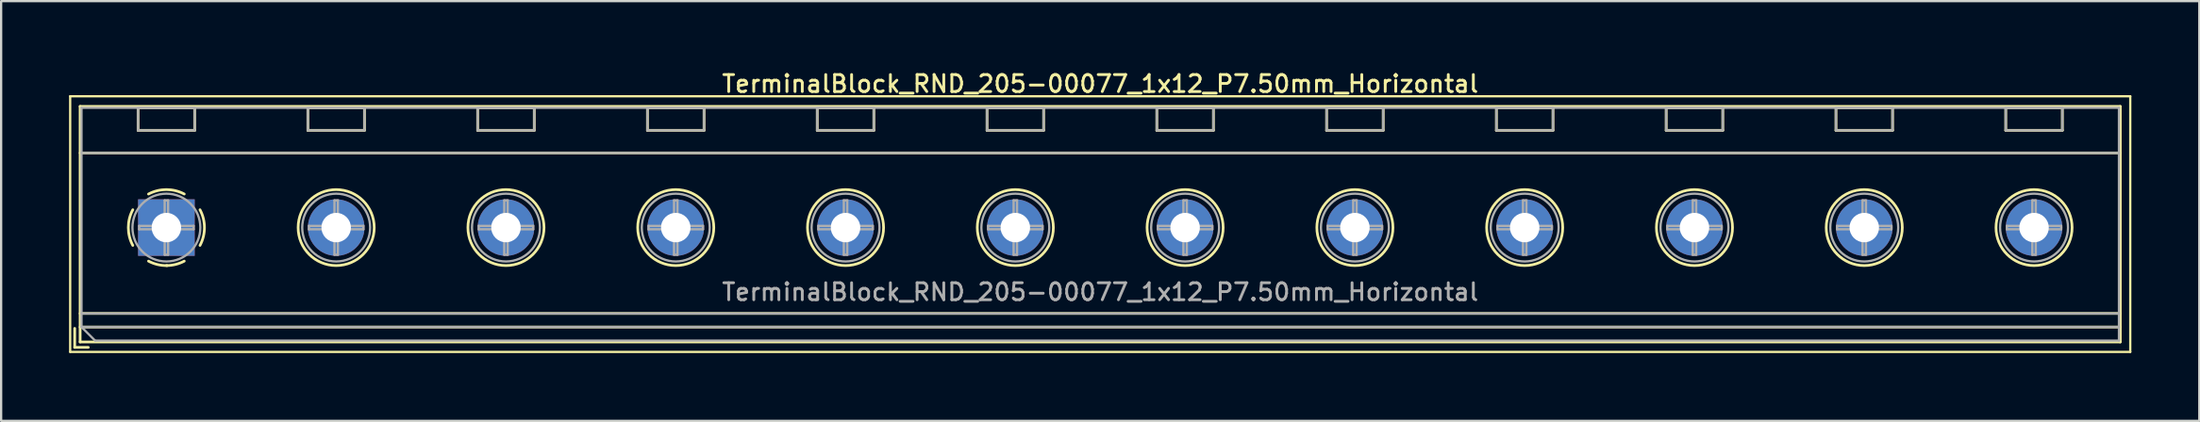
<source format=kicad_pcb>
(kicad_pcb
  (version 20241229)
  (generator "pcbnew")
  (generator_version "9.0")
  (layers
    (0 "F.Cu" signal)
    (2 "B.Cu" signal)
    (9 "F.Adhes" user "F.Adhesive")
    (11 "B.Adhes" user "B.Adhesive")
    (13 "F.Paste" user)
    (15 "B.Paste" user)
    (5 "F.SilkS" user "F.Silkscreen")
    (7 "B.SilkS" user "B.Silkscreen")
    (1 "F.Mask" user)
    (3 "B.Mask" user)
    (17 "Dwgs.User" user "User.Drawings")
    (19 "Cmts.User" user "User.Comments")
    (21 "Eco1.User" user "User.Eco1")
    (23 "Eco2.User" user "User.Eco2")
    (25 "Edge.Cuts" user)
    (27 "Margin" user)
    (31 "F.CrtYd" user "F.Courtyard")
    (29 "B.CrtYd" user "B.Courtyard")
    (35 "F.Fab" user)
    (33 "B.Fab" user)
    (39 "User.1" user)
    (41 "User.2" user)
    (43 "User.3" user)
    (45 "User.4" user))
  (footprint "TerminalBlock_RND_205-00077_1x12_P7.50mm_Horizontal"
    (layer "F.Cu")
    (at 4.3 7.018)
    (property "Reference" "TerminalBlock_RND_205-00077_1x12_P7.50mm_Horizontal" (at 41.25 -6.36 0) (layer "F.SilkS") (effects (font (size 0.75 0.75) (thickness 0.125))))
    (attr through_hole)
    (fp_line (start -4.25 -5.81) (end -4.25 5.5) (stroke (width 0.1) (type solid)) (layer "F.SilkS"))
    (fp_line (start -4.25 5.5) (end 86.75 5.5) (stroke (width 0.1) (type solid)) (layer "F.SilkS"))
    (fp_line (start -4.05 4.46) (end -4.05 5.3) (stroke (width 0.12) (type solid)) (layer "F.SilkS"))
    (fp_line (start -4.05 5.3) (end -3.45 5.3) (stroke (width 0.12) (type solid)) (layer "F.SilkS"))
    (fp_line (start -3.81 -5.36) (end -3.81 5.06) (stroke (width 0.12) (type solid)) (layer "F.SilkS"))
    (fp_line (start -3.81 -5.36) (end 86.31 -5.36) (stroke (width 0.12) (type solid)) (layer "F.SilkS"))
    (fp_line (start -3.81 -3.301) (end 86.31 -3.301) (stroke (width 0.12) (type solid)) (layer "F.SilkS"))
    (fp_line (start -3.81 3.8) (end 86.31 3.8) (stroke (width 0.12) (type solid)) (layer "F.SilkS"))
    (fp_line (start -3.81 4.4) (end 86.31 4.4) (stroke (width 0.12) (type solid)) (layer "F.SilkS"))
    (fp_line (start -3.81 5.06) (end 86.31 5.06) (stroke (width 0.12) (type solid)) (layer "F.SilkS"))
    (fp_line (start -1.25 -5.301) (end -1.25 -4.301) (stroke (width 0.12) (type solid)) (layer "F.SilkS"))
    (fp_line (start -1.25 -5.301) (end 1.25 -5.301) (stroke (width 0.12) (type solid)) (layer "F.SilkS"))
    (fp_line (start -1.25 -4.301) (end 1.25 -4.301) (stroke (width 0.12) (type solid)) (layer "F.SilkS"))
    (fp_line (start 1.25 -5.301) (end 1.25 -4.301) (stroke (width 0.12) (type solid)) (layer "F.SilkS"))
    (fp_line (start 6.25 -5.301) (end 6.25 -4.301) (stroke (width 0.12) (type solid)) (layer "F.SilkS"))
    (fp_line (start 6.25 -5.301) (end 8.75 -5.301) (stroke (width 0.12) (type solid)) (layer "F.SilkS"))
    (fp_line (start 6.25 -4.301) (end 8.75 -4.301) (stroke (width 0.12) (type solid)) (layer "F.SilkS"))
    (fp_line (start 8.75 -5.301) (end 8.75 -4.301) (stroke (width 0.12) (type solid)) (layer "F.SilkS"))
    (fp_line (start 13.75 -5.301) (end 13.75 -4.301) (stroke (width 0.12) (type solid)) (layer "F.SilkS"))
    (fp_line (start 13.75 -5.301) (end 16.25 -5.301) (stroke (width 0.12) (type solid)) (layer "F.SilkS"))
    (fp_line (start 13.75 -4.301) (end 16.25 -4.301) (stroke (width 0.12) (type solid)) (layer "F.SilkS"))
    (fp_line (start 16.25 -5.301) (end 16.25 -4.301) (stroke (width 0.12) (type solid)) (layer "F.SilkS"))
    (fp_line (start 21.25 -5.301) (end 21.25 -4.301) (stroke (width 0.12) (type solid)) (layer "F.SilkS"))
    (fp_line (start 21.25 -5.301) (end 23.75 -5.301) (stroke (width 0.12) (type solid)) (layer "F.SilkS"))
    (fp_line (start 21.25 -4.301) (end 23.75 -4.301) (stroke (width 0.12) (type solid)) (layer "F.SilkS"))
    (fp_line (start 23.75 -5.301) (end 23.75 -4.301) (stroke (width 0.12) (type solid)) (layer "F.SilkS"))
    (fp_line (start 28.75 -5.301) (end 28.75 -4.301) (stroke (width 0.12) (type solid)) (layer "F.SilkS"))
    (fp_line (start 28.75 -5.301) (end 31.25 -5.301) (stroke (width 0.12) (type solid)) (layer "F.SilkS"))
    (fp_line (start 28.75 -4.301) (end 31.25 -4.301) (stroke (width 0.12) (type solid)) (layer "F.SilkS"))
    (fp_line (start 31.25 -5.301) (end 31.25 -4.301) (stroke (width 0.12) (type solid)) (layer "F.SilkS"))
    (fp_line (start 36.25 -5.301) (end 36.25 -4.301) (stroke (width 0.12) (type solid)) (layer "F.SilkS"))
    (fp_line (start 36.25 -5.301) (end 38.75 -5.301) (stroke (width 0.12) (type solid)) (layer "F.SilkS"))
    (fp_line (start 36.25 -4.301) (end 38.75 -4.301) (stroke (width 0.12) (type solid)) (layer "F.SilkS"))
    (fp_line (start 38.75 -5.301) (end 38.75 -4.301) (stroke (width 0.12) (type solid)) (layer "F.SilkS"))
    (fp_line (start 43.75 -5.301) (end 43.75 -4.301) (stroke (width 0.12) (type solid)) (layer "F.SilkS"))
    (fp_line (start 43.75 -5.301) (end 46.25 -5.301) (stroke (width 0.12) (type solid)) (layer "F.SilkS"))
    (fp_line (start 43.75 -4.301) (end 46.25 -4.301) (stroke (width 0.12) (type solid)) (layer "F.SilkS"))
    (fp_line (start 46.25 -5.301) (end 46.25 -4.301) (stroke (width 0.12) (type solid)) (layer "F.SilkS"))
    (fp_line (start 51.25 -5.301) (end 51.25 -4.301) (stroke (width 0.12) (type solid)) (layer "F.SilkS"))
    (fp_line (start 51.25 -5.301) (end 53.75 -5.301) (stroke (width 0.12) (type solid)) (layer "F.SilkS"))
    (fp_line (start 51.25 -4.301) (end 53.75 -4.301) (stroke (width 0.12) (type solid)) (layer "F.SilkS"))
    (fp_line (start 53.75 -5.301) (end 53.75 -4.301) (stroke (width 0.12) (type solid)) (layer "F.SilkS"))
    (fp_line (start 58.75 -5.301) (end 58.75 -4.301) (stroke (width 0.12) (type solid)) (layer "F.SilkS"))
    (fp_line (start 58.75 -5.301) (end 61.25 -5.301) (stroke (width 0.12) (type solid)) (layer "F.SilkS"))
    (fp_line (start 58.75 -4.301) (end 61.25 -4.301) (stroke (width 0.12) (type solid)) (layer "F.SilkS"))
    (fp_line (start 61.25 -5.301) (end 61.25 -4.301) (stroke (width 0.12) (type solid)) (layer "F.SilkS"))
    (fp_line (start 66.25 -5.301) (end 66.25 -4.301) (stroke (width 0.12) (type solid)) (layer "F.SilkS"))
    (fp_line (start 66.25 -5.301) (end 68.75 -5.301) (stroke (width 0.12) (type solid)) (layer "F.SilkS"))
    (fp_line (start 66.25 -4.301) (end 68.75 -4.301) (stroke (width 0.12) (type solid)) (layer "F.SilkS"))
    (fp_line (start 68.75 -5.301) (end 68.75 -4.301) (stroke (width 0.12) (type solid)) (layer "F.SilkS"))
    (fp_line (start 73.75 -5.301) (end 73.75 -4.301) (stroke (width 0.12) (type solid)) (layer "F.SilkS"))
    (fp_line (start 73.75 -5.301) (end 76.25 -5.301) (stroke (width 0.12) (type solid)) (layer "F.SilkS"))
    (fp_line (start 73.75 -4.301) (end 76.25 -4.301) (stroke (width 0.12) (type solid)) (layer "F.SilkS"))
    (fp_line (start 76.25 -5.301) (end 76.25 -4.301) (stroke (width 0.12) (type solid)) (layer "F.SilkS"))
    (fp_line (start 81.25 -5.301) (end 81.25 -4.301) (stroke (width 0.12) (type solid)) (layer "F.SilkS"))
    (fp_line (start 81.25 -5.301) (end 83.75 -5.301) (stroke (width 0.12) (type solid)) (layer "F.SilkS"))
    (fp_line (start 81.25 -4.301) (end 83.75 -4.301) (stroke (width 0.12) (type solid)) (layer "F.SilkS"))
    (fp_line (start 83.75 -5.301) (end 83.75 -4.301) (stroke (width 0.12) (type solid)) (layer "F.SilkS"))
    (fp_line (start 86.31 -5.36) (end 86.31 5.06) (stroke (width 0.12) (type solid)) (layer "F.SilkS"))
    (fp_line (start 86.75 -5.81) (end -4.25 -5.81) (stroke (width 0.1) (type solid)) (layer "F.SilkS"))
    (fp_line (start 86.75 5.5) (end 86.75 -5.81) (stroke (width 0.1) (type solid)) (layer "F.SilkS"))
    (fp_arc (start -1.483953 0.789089) (mid -1.680708 0.00005) (end -1.484 -0.789) (stroke (width 0.12) (type solid)) (layer "F.SilkS"))
    (fp_arc (start -0.789089 -1.483953) (mid -0.00005 -1.680708) (end 0.789 -1.484) (stroke (width 0.12) (type solid)) (layer "F.SilkS"))
    (fp_arc (start 0.029383 1.68045) (mid -0.392304 1.634281) (end -0.789 1.484) (stroke (width 0.12) (type solid)) (layer "F.SilkS"))
    (fp_arc (start 0.788712 1.483352) (mid 0.406429 1.630097) (end 0 1.68) (stroke (width 0.12) (type solid)) (layer "F.SilkS"))
    (fp_arc (start 1.483953 -0.789089) (mid 1.680708 -0.00005) (end 1.484 0.789) (stroke (width 0.12) (type solid)) (layer "F.SilkS"))
    (fp_circle (center 7.5 0) (end 9.18 0) (stroke (width 0.12) (type solid)) (fill no) (layer "F.SilkS"))
    (fp_circle (center 15 0) (end 16.68 0) (stroke (width 0.12) (type solid)) (fill no) (layer "F.SilkS"))
    (fp_circle (center 22.5 0) (end 24.18 0) (stroke (width 0.12) (type solid)) (fill no) (layer "F.SilkS"))
    (fp_circle (center 30 0) (end 31.68 0) (stroke (width 0.12) (type solid)) (fill no) (layer "F.SilkS"))
    (fp_circle (center 37.5 0) (end 39.18 0) (stroke (width 0.12) (type solid)) (fill no) (layer "F.SilkS"))
    (fp_circle (center 45 0) (end 46.68 0) (stroke (width 0.12) (type solid)) (fill no) (layer "F.SilkS"))
    (fp_circle (center 52.5 0) (end 54.18 0) (stroke (width 0.12) (type solid)) (fill no) (layer "F.SilkS"))
    (fp_circle (center 60 0) (end 61.68 0) (stroke (width 0.12) (type solid)) (fill no) (layer "F.SilkS"))
    (fp_circle (center 67.5 0) (end 69.18 0) (stroke (width 0.12) (type solid)) (fill no) (layer "F.SilkS"))
    (fp_circle (center 75 0) (end 76.68 0) (stroke (width 0.12) (type solid)) (fill no) (layer "F.SilkS"))
    (fp_circle (center 82.5 0) (end 84.18 0) (stroke (width 0.12) (type solid)) (fill no) (layer "F.SilkS"))
    (fp_line (start -3.75 -5.3) (end 86.25 -5.3) (stroke (width 0.1) (type solid)) (layer "F.Fab"))
    (fp_line (start -3.75 -3.3) (end 86.25 -3.3) (stroke (width 0.1) (type solid)) (layer "F.Fab"))
    (fp_line (start -3.75 3.8) (end 86.25 3.8) (stroke (width 0.1) (type solid)) (layer "F.Fab"))
    (fp_line (start -3.75 4.4) (end -3.75 -5.3) (stroke (width 0.1) (type solid)) (layer "F.Fab"))
    (fp_line (start -3.75 4.4) (end 86.25 4.4) (stroke (width 0.1) (type solid)) (layer "F.Fab"))
    (fp_line (start -3.15 5) (end -3.75 4.4) (stroke (width 0.1) (type solid)) (layer "F.Fab"))
    (fp_line (start -1.25 -5.3) (end -1.25 -4.3) (stroke (width 0.1) (type solid)) (layer "F.Fab"))
    (fp_line (start -1.25 -4.3) (end 1.25 -4.3) (stroke (width 0.1) (type solid)) (layer "F.Fab"))
    (fp_line (start -1.201 -0.076) (end -0.076 -0.076) (stroke (width 0.1) (type solid)) (layer "F.Fab"))
    (fp_line (start -1.201 0.076) (end -1.201 -0.076) (stroke (width 0.1) (type solid)) (layer "F.Fab"))
    (fp_line (start -0.076 -1.201) (end 0.076 -1.201) (stroke (width 0.1) (type solid)) (layer "F.Fab"))
    (fp_line (start -0.076 -0.076) (end -0.076 -1.201) (stroke (width 0.1) (type solid)) (layer "F.Fab"))
    (fp_line (start -0.076 0.076) (end -1.201 0.076) (stroke (width 0.1) (type solid)) (layer "F.Fab"))
    (fp_line (start -0.076 1.201) (end -0.076 0.076) (stroke (width 0.1) (type solid)) (layer "F.Fab"))
    (fp_line (start 0.076 -1.201) (end 0.076 -0.076) (stroke (width 0.1) (type solid)) (layer "F.Fab"))
    (fp_line (start 0.076 -0.076) (end 1.201 -0.076) (stroke (width 0.1) (type solid)) (layer "F.Fab"))
    (fp_line (start 0.076 0.076) (end 0.076 1.201) (stroke (width 0.1) (type solid)) (layer "F.Fab"))
    (fp_line (start 0.076 1.201) (end -0.076 1.201) (stroke (width 0.1) (type solid)) (layer "F.Fab"))
    (fp_line (start 1.201 -0.076) (end 1.201 0.076) (stroke (width 0.1) (type solid)) (layer "F.Fab"))
    (fp_line (start 1.201 0.076) (end 0.076 0.076) (stroke (width 0.1) (type solid)) (layer "F.Fab"))
    (fp_line (start 1.25 -5.3) (end -1.25 -5.3) (stroke (width 0.1) (type solid)) (layer "F.Fab"))
    (fp_line (start 1.25 -4.3) (end 1.25 -5.3) (stroke (width 0.1) (type solid)) (layer "F.Fab"))
    (fp_line (start 6.25 -5.3) (end 6.25 -4.3) (stroke (width 0.1) (type solid)) (layer "F.Fab"))
    (fp_line (start 6.25 -4.3) (end 8.75 -4.3) (stroke (width 0.1) (type solid)) (layer "F.Fab"))
    (fp_line (start 6.299 -0.076) (end 7.424 -0.076) (stroke (width 0.1) (type solid)) (layer "F.Fab"))
    (fp_line (start 6.299 0.076) (end 6.299 -0.076) (stroke (width 0.1) (type solid)) (layer "F.Fab"))
    (fp_line (start 7.424 -1.201) (end 7.576 -1.201) (stroke (width 0.1) (type solid)) (layer "F.Fab"))
    (fp_line (start 7.424 -0.076) (end 7.424 -1.201) (stroke (width 0.1) (type solid)) (layer "F.Fab"))
    (fp_line (start 7.424 0.076) (end 6.299 0.076) (stroke (width 0.1) (type solid)) (layer "F.Fab"))
    (fp_line (start 7.424 1.201) (end 7.424 0.076) (stroke (width 0.1) (type solid)) (layer "F.Fab"))
    (fp_line (start 7.576 -1.201) (end 7.576 -0.076) (stroke (width 0.1) (type solid)) (layer "F.Fab"))
    (fp_line (start 7.576 -0.076) (end 8.701 -0.076) (stroke (width 0.1) (type solid)) (layer "F.Fab"))
    (fp_line (start 7.576 0.076) (end 7.576 1.201) (stroke (width 0.1) (type solid)) (layer "F.Fab"))
    (fp_line (start 7.576 1.201) (end 7.424 1.201) (stroke (width 0.1) (type solid)) (layer "F.Fab"))
    (fp_line (start 8.701 -0.076) (end 8.701 0.076) (stroke (width 0.1) (type solid)) (layer "F.Fab"))
    (fp_line (start 8.701 0.076) (end 7.576 0.076) (stroke (width 0.1) (type solid)) (layer "F.Fab"))
    (fp_line (start 8.75 -5.3) (end 6.25 -5.3) (stroke (width 0.1) (type solid)) (layer "F.Fab"))
    (fp_line (start 8.75 -4.3) (end 8.75 -5.3) (stroke (width 0.1) (type solid)) (layer "F.Fab"))
    (fp_line (start 13.75 -5.3) (end 13.75 -4.3) (stroke (width 0.1) (type solid)) (layer "F.Fab"))
    (fp_line (start 13.75 -4.3) (end 16.25 -4.3) (stroke (width 0.1) (type solid)) (layer "F.Fab"))
    (fp_line (start 13.799 -0.076) (end 14.924 -0.076) (stroke (width 0.1) (type solid)) (layer "F.Fab"))
    (fp_line (start 13.799 0.076) (end 13.799 -0.076) (stroke (width 0.1) (type solid)) (layer "F.Fab"))
    (fp_line (start 14.924 -1.201) (end 15.076 -1.201) (stroke (width 0.1) (type solid)) (layer "F.Fab"))
    (fp_line (start 14.924 -0.076) (end 14.924 -1.201) (stroke (width 0.1) (type solid)) (layer "F.Fab"))
    (fp_line (start 14.924 0.076) (end 13.799 0.076) (stroke (width 0.1) (type solid)) (layer "F.Fab"))
    (fp_line (start 14.924 1.201) (end 14.924 0.076) (stroke (width 0.1) (type solid)) (layer "F.Fab"))
    (fp_line (start 15.076 -1.201) (end 15.076 -0.076) (stroke (width 0.1) (type solid)) (layer "F.Fab"))
    (fp_line (start 15.076 -0.076) (end 16.201 -0.076) (stroke (width 0.1) (type solid)) (layer "F.Fab"))
    (fp_line (start 15.076 0.076) (end 15.076 1.201) (stroke (width 0.1) (type solid)) (layer "F.Fab"))
    (fp_line (start 15.076 1.201) (end 14.924 1.201) (stroke (width 0.1) (type solid)) (layer "F.Fab"))
    (fp_line (start 16.201 -0.076) (end 16.201 0.076) (stroke (width 0.1) (type solid)) (layer "F.Fab"))
    (fp_line (start 16.201 0.076) (end 15.076 0.076) (stroke (width 0.1) (type solid)) (layer "F.Fab"))
    (fp_line (start 16.25 -5.3) (end 13.75 -5.3) (stroke (width 0.1) (type solid)) (layer "F.Fab"))
    (fp_line (start 16.25 -4.3) (end 16.25 -5.3) (stroke (width 0.1) (type solid)) (layer "F.Fab"))
    (fp_line (start 21.25 -5.3) (end 21.25 -4.3) (stroke (width 0.1) (type solid)) (layer "F.Fab"))
    (fp_line (start 21.25 -4.3) (end 23.75 -4.3) (stroke (width 0.1) (type solid)) (layer "F.Fab"))
    (fp_line (start 21.299 -0.076) (end 22.424 -0.076) (stroke (width 0.1) (type solid)) (layer "F.Fab"))
    (fp_line (start 21.299 0.076) (end 21.299 -0.076) (stroke (width 0.1) (type solid)) (layer "F.Fab"))
    (fp_line (start 22.424 -1.201) (end 22.576 -1.201) (stroke (width 0.1) (type solid)) (layer "F.Fab"))
    (fp_line (start 22.424 -0.076) (end 22.424 -1.201) (stroke (width 0.1) (type solid)) (layer "F.Fab"))
    (fp_line (start 22.424 0.076) (end 21.299 0.076) (stroke (width 0.1) (type solid)) (layer "F.Fab"))
    (fp_line (start 22.424 1.201) (end 22.424 0.076) (stroke (width 0.1) (type solid)) (layer "F.Fab"))
    (fp_line (start 22.576 -1.201) (end 22.576 -0.076) (stroke (width 0.1) (type solid)) (layer "F.Fab"))
    (fp_line (start 22.576 -0.076) (end 23.701 -0.076) (stroke (width 0.1) (type solid)) (layer "F.Fab"))
    (fp_line (start 22.576 0.076) (end 22.576 1.201) (stroke (width 0.1) (type solid)) (layer "F.Fab"))
    (fp_line (start 22.576 1.201) (end 22.424 1.201) (stroke (width 0.1) (type solid)) (layer "F.Fab"))
    (fp_line (start 23.701 -0.076) (end 23.701 0.076) (stroke (width 0.1) (type solid)) (layer "F.Fab"))
    (fp_line (start 23.701 0.076) (end 22.576 0.076) (stroke (width 0.1) (type solid)) (layer "F.Fab"))
    (fp_line (start 23.75 -5.3) (end 21.25 -5.3) (stroke (width 0.1) (type solid)) (layer "F.Fab"))
    (fp_line (start 23.75 -4.3) (end 23.75 -5.3) (stroke (width 0.1) (type solid)) (layer "F.Fab"))
    (fp_line (start 28.75 -5.3) (end 28.75 -4.3) (stroke (width 0.1) (type solid)) (layer "F.Fab"))
    (fp_line (start 28.75 -4.3) (end 31.25 -4.3) (stroke (width 0.1) (type solid)) (layer "F.Fab"))
    (fp_line (start 28.799 -0.076) (end 29.924 -0.076) (stroke (width 0.1) (type solid)) (layer "F.Fab"))
    (fp_line (start 28.799 0.076) (end 28.799 -0.076) (stroke (width 0.1) (type solid)) (layer "F.Fab"))
    (fp_line (start 29.924 -1.201) (end 30.076 -1.201) (stroke (width 0.1) (type solid)) (layer "F.Fab"))
    (fp_line (start 29.924 -0.076) (end 29.924 -1.201) (stroke (width 0.1) (type solid)) (layer "F.Fab"))
    (fp_line (start 29.924 0.076) (end 28.799 0.076) (stroke (width 0.1) (type solid)) (layer "F.Fab"))
    (fp_line (start 29.924 1.201) (end 29.924 0.076) (stroke (width 0.1) (type solid)) (layer "F.Fab"))
    (fp_line (start 30.076 -1.201) (end 30.076 -0.076) (stroke (width 0.1) (type solid)) (layer "F.Fab"))
    (fp_line (start 30.076 -0.076) (end 31.201 -0.076) (stroke (width 0.1) (type solid)) (layer "F.Fab"))
    (fp_line (start 30.076 0.076) (end 30.076 1.201) (stroke (width 0.1) (type solid)) (layer "F.Fab"))
    (fp_line (start 30.076 1.201) (end 29.924 1.201) (stroke (width 0.1) (type solid)) (layer "F.Fab"))
    (fp_line (start 31.201 -0.076) (end 31.201 0.076) (stroke (width 0.1) (type solid)) (layer "F.Fab"))
    (fp_line (start 31.201 0.076) (end 30.076 0.076) (stroke (width 0.1) (type solid)) (layer "F.Fab"))
    (fp_line (start 31.25 -5.3) (end 28.75 -5.3) (stroke (width 0.1) (type solid)) (layer "F.Fab"))
    (fp_line (start 31.25 -4.3) (end 31.25 -5.3) (stroke (width 0.1) (type solid)) (layer "F.Fab"))
    (fp_line (start 36.25 -5.3) (end 36.25 -4.3) (stroke (width 0.1) (type solid)) (layer "F.Fab"))
    (fp_line (start 36.25 -4.3) (end 38.75 -4.3) (stroke (width 0.1) (type solid)) (layer "F.Fab"))
    (fp_line (start 36.299 -0.076) (end 37.424 -0.076) (stroke (width 0.1) (type solid)) (layer "F.Fab"))
    (fp_line (start 36.299 0.076) (end 36.299 -0.076) (stroke (width 0.1) (type solid)) (layer "F.Fab"))
    (fp_line (start 37.424 -1.201) (end 37.576 -1.201) (stroke (width 0.1) (type solid)) (layer "F.Fab"))
    (fp_line (start 37.424 -0.076) (end 37.424 -1.201) (stroke (width 0.1) (type solid)) (layer "F.Fab"))
    (fp_line (start 37.424 0.076) (end 36.299 0.076) (stroke (width 0.1) (type solid)) (layer "F.Fab"))
    (fp_line (start 37.424 1.201) (end 37.424 0.076) (stroke (width 0.1) (type solid)) (layer "F.Fab"))
    (fp_line (start 37.576 -1.201) (end 37.576 -0.076) (stroke (width 0.1) (type solid)) (layer "F.Fab"))
    (fp_line (start 37.576 -0.076) (end 38.701 -0.076) (stroke (width 0.1) (type solid)) (layer "F.Fab"))
    (fp_line (start 37.576 0.076) (end 37.576 1.201) (stroke (width 0.1) (type solid)) (layer "F.Fab"))
    (fp_line (start 37.576 1.201) (end 37.424 1.201) (stroke (width 0.1) (type solid)) (layer "F.Fab"))
    (fp_line (start 38.701 -0.076) (end 38.701 0.076) (stroke (width 0.1) (type solid)) (layer "F.Fab"))
    (fp_line (start 38.701 0.076) (end 37.576 0.076) (stroke (width 0.1) (type solid)) (layer "F.Fab"))
    (fp_line (start 38.75 -5.3) (end 36.25 -5.3) (stroke (width 0.1) (type solid)) (layer "F.Fab"))
    (fp_line (start 38.75 -4.3) (end 38.75 -5.3) (stroke (width 0.1) (type solid)) (layer "F.Fab"))
    (fp_line (start 43.75 -5.3) (end 43.75 -4.3) (stroke (width 0.1) (type solid)) (layer "F.Fab"))
    (fp_line (start 43.75 -4.3) (end 46.25 -4.3) (stroke (width 0.1) (type solid)) (layer "F.Fab"))
    (fp_line (start 43.799 -0.076) (end 44.924 -0.076) (stroke (width 0.1) (type solid)) (layer "F.Fab"))
    (fp_line (start 43.799 0.076) (end 43.799 -0.076) (stroke (width 0.1) (type solid)) (layer "F.Fab"))
    (fp_line (start 44.924 -1.201) (end 45.076 -1.201) (stroke (width 0.1) (type solid)) (layer "F.Fab"))
    (fp_line (start 44.924 -0.076) (end 44.924 -1.201) (stroke (width 0.1) (type solid)) (layer "F.Fab"))
    (fp_line (start 44.924 0.076) (end 43.799 0.076) (stroke (width 0.1) (type solid)) (layer "F.Fab"))
    (fp_line (start 44.924 1.201) (end 44.924 0.076) (stroke (width 0.1) (type solid)) (layer "F.Fab"))
    (fp_line (start 45.076 -1.201) (end 45.076 -0.076) (stroke (width 0.1) (type solid)) (layer "F.Fab"))
    (fp_line (start 45.076 -0.076) (end 46.201 -0.076) (stroke (width 0.1) (type solid)) (layer "F.Fab"))
    (fp_line (start 45.076 0.076) (end 45.076 1.201) (stroke (width 0.1) (type solid)) (layer "F.Fab"))
    (fp_line (start 45.076 1.201) (end 44.924 1.201) (stroke (width 0.1) (type solid)) (layer "F.Fab"))
    (fp_line (start 46.201 -0.076) (end 46.201 0.076) (stroke (width 0.1) (type solid)) (layer "F.Fab"))
    (fp_line (start 46.201 0.076) (end 45.076 0.076) (stroke (width 0.1) (type solid)) (layer "F.Fab"))
    (fp_line (start 46.25 -5.3) (end 43.75 -5.3) (stroke (width 0.1) (type solid)) (layer "F.Fab"))
    (fp_line (start 46.25 -4.3) (end 46.25 -5.3) (stroke (width 0.1) (type solid)) (layer "F.Fab"))
    (fp_line (start 51.25 -5.3) (end 51.25 -4.3) (stroke (width 0.1) (type solid)) (layer "F.Fab"))
    (fp_line (start 51.25 -4.3) (end 53.75 -4.3) (stroke (width 0.1) (type solid)) (layer "F.Fab"))
    (fp_line (start 51.299 -0.076) (end 52.424 -0.076) (stroke (width 0.1) (type solid)) (layer "F.Fab"))
    (fp_line (start 51.299 0.076) (end 51.299 -0.076) (stroke (width 0.1) (type solid)) (layer "F.Fab"))
    (fp_line (start 52.424 -1.201) (end 52.576 -1.201) (stroke (width 0.1) (type solid)) (layer "F.Fab"))
    (fp_line (start 52.424 -0.076) (end 52.424 -1.201) (stroke (width 0.1) (type solid)) (layer "F.Fab"))
    (fp_line (start 52.424 0.076) (end 51.299 0.076) (stroke (width 0.1) (type solid)) (layer "F.Fab"))
    (fp_line (start 52.424 1.201) (end 52.424 0.076) (stroke (width 0.1) (type solid)) (layer "F.Fab"))
    (fp_line (start 52.576 -1.201) (end 52.576 -0.076) (stroke (width 0.1) (type solid)) (layer "F.Fab"))
    (fp_line (start 52.576 -0.076) (end 53.701 -0.076) (stroke (width 0.1) (type solid)) (layer "F.Fab"))
    (fp_line (start 52.576 0.076) (end 52.576 1.201) (stroke (width 0.1) (type solid)) (layer "F.Fab"))
    (fp_line (start 52.576 1.201) (end 52.424 1.201) (stroke (width 0.1) (type solid)) (layer "F.Fab"))
    (fp_line (start 53.701 -0.076) (end 53.701 0.076) (stroke (width 0.1) (type solid)) (layer "F.Fab"))
    (fp_line (start 53.701 0.076) (end 52.576 0.076) (stroke (width 0.1) (type solid)) (layer "F.Fab"))
    (fp_line (start 53.75 -5.3) (end 51.25 -5.3) (stroke (width 0.1) (type solid)) (layer "F.Fab"))
    (fp_line (start 53.75 -4.3) (end 53.75 -5.3) (stroke (width 0.1) (type solid)) (layer "F.Fab"))
    (fp_line (start 58.75 -5.3) (end 58.75 -4.3) (stroke (width 0.1) (type solid)) (layer "F.Fab"))
    (fp_line (start 58.75 -4.3) (end 61.25 -4.3) (stroke (width 0.1) (type solid)) (layer "F.Fab"))
    (fp_line (start 58.799 -0.076) (end 59.924 -0.076) (stroke (width 0.1) (type solid)) (layer "F.Fab"))
    (fp_line (start 58.799 0.076) (end 58.799 -0.076) (stroke (width 0.1) (type solid)) (layer "F.Fab"))
    (fp_line (start 59.924 -1.201) (end 60.076 -1.201) (stroke (width 0.1) (type solid)) (layer "F.Fab"))
    (fp_line (start 59.924 -0.076) (end 59.924 -1.201) (stroke (width 0.1) (type solid)) (layer "F.Fab"))
    (fp_line (start 59.924 0.076) (end 58.799 0.076) (stroke (width 0.1) (type solid)) (layer "F.Fab"))
    (fp_line (start 59.924 1.201) (end 59.924 0.076) (stroke (width 0.1) (type solid)) (layer "F.Fab"))
    (fp_line (start 60.076 -1.201) (end 60.076 -0.076) (stroke (width 0.1) (type solid)) (layer "F.Fab"))
    (fp_line (start 60.076 -0.076) (end 61.201 -0.076) (stroke (width 0.1) (type solid)) (layer "F.Fab"))
    (fp_line (start 60.076 0.076) (end 60.076 1.201) (stroke (width 0.1) (type solid)) (layer "F.Fab"))
    (fp_line (start 60.076 1.201) (end 59.924 1.201) (stroke (width 0.1) (type solid)) (layer "F.Fab"))
    (fp_line (start 61.201 -0.076) (end 61.201 0.076) (stroke (width 0.1) (type solid)) (layer "F.Fab"))
    (fp_line (start 61.201 0.076) (end 60.076 0.076) (stroke (width 0.1) (type solid)) (layer "F.Fab"))
    (fp_line (start 61.25 -5.3) (end 58.75 -5.3) (stroke (width 0.1) (type solid)) (layer "F.Fab"))
    (fp_line (start 61.25 -4.3) (end 61.25 -5.3) (stroke (width 0.1) (type solid)) (layer "F.Fab"))
    (fp_line (start 66.25 -5.3) (end 66.25 -4.3) (stroke (width 0.1) (type solid)) (layer "F.Fab"))
    (fp_line (start 66.25 -4.3) (end 68.75 -4.3) (stroke (width 0.1) (type solid)) (layer "F.Fab"))
    (fp_line (start 66.299 -0.076) (end 67.424 -0.076) (stroke (width 0.1) (type solid)) (layer "F.Fab"))
    (fp_line (start 66.299 0.076) (end 66.299 -0.076) (stroke (width 0.1) (type solid)) (layer "F.Fab"))
    (fp_line (start 67.424 -1.201) (end 67.576 -1.201) (stroke (width 0.1) (type solid)) (layer "F.Fab"))
    (fp_line (start 67.424 -0.076) (end 67.424 -1.201) (stroke (width 0.1) (type solid)) (layer "F.Fab"))
    (fp_line (start 67.424 0.076) (end 66.299 0.076) (stroke (width 0.1) (type solid)) (layer "F.Fab"))
    (fp_line (start 67.424 1.201) (end 67.424 0.076) (stroke (width 0.1) (type solid)) (layer "F.Fab"))
    (fp_line (start 67.576 -1.201) (end 67.576 -0.076) (stroke (width 0.1) (type solid)) (layer "F.Fab"))
    (fp_line (start 67.576 -0.076) (end 68.701 -0.076) (stroke (width 0.1) (type solid)) (layer "F.Fab"))
    (fp_line (start 67.576 0.076) (end 67.576 1.201) (stroke (width 0.1) (type solid)) (layer "F.Fab"))
    (fp_line (start 67.576 1.201) (end 67.424 1.201) (stroke (width 0.1) (type solid)) (layer "F.Fab"))
    (fp_line (start 68.701 -0.076) (end 68.701 0.076) (stroke (width 0.1) (type solid)) (layer "F.Fab"))
    (fp_line (start 68.701 0.076) (end 67.576 0.076) (stroke (width 0.1) (type solid)) (layer "F.Fab"))
    (fp_line (start 68.75 -5.3) (end 66.25 -5.3) (stroke (width 0.1) (type solid)) (layer "F.Fab"))
    (fp_line (start 68.75 -4.3) (end 68.75 -5.3) (stroke (width 0.1) (type solid)) (layer "F.Fab"))
    (fp_line (start 73.75 -5.3) (end 73.75 -4.3) (stroke (width 0.1) (type solid)) (layer "F.Fab"))
    (fp_line (start 73.75 -4.3) (end 76.25 -4.3) (stroke (width 0.1) (type solid)) (layer "F.Fab"))
    (fp_line (start 73.799 -0.076) (end 74.924 -0.076) (stroke (width 0.1) (type solid)) (layer "F.Fab"))
    (fp_line (start 73.799 0.076) (end 73.799 -0.076) (stroke (width 0.1) (type solid)) (layer "F.Fab"))
    (fp_line (start 74.924 -1.201) (end 75.076 -1.201) (stroke (width 0.1) (type solid)) (layer "F.Fab"))
    (fp_line (start 74.924 -0.076) (end 74.924 -1.201) (stroke (width 0.1) (type solid)) (layer "F.Fab"))
    (fp_line (start 74.924 0.076) (end 73.799 0.076) (stroke (width 0.1) (type solid)) (layer "F.Fab"))
    (fp_line (start 74.924 1.201) (end 74.924 0.076) (stroke (width 0.1) (type solid)) (layer "F.Fab"))
    (fp_line (start 75.076 -1.201) (end 75.076 -0.076) (stroke (width 0.1) (type solid)) (layer "F.Fab"))
    (fp_line (start 75.076 -0.076) (end 76.201 -0.076) (stroke (width 0.1) (type solid)) (layer "F.Fab"))
    (fp_line (start 75.076 0.076) (end 75.076 1.201) (stroke (width 0.1) (type solid)) (layer "F.Fab"))
    (fp_line (start 75.076 1.201) (end 74.924 1.201) (stroke (width 0.1) (type solid)) (layer "F.Fab"))
    (fp_line (start 76.201 -0.076) (end 76.201 0.076) (stroke (width 0.1) (type solid)) (layer "F.Fab"))
    (fp_line (start 76.201 0.076) (end 75.076 0.076) (stroke (width 0.1) (type solid)) (layer "F.Fab"))
    (fp_line (start 76.25 -5.3) (end 73.75 -5.3) (stroke (width 0.1) (type solid)) (layer "F.Fab"))
    (fp_line (start 76.25 -4.3) (end 76.25 -5.3) (stroke (width 0.1) (type solid)) (layer "F.Fab"))
    (fp_line (start 81.25 -5.3) (end 81.25 -4.3) (stroke (width 0.1) (type solid)) (layer "F.Fab"))
    (fp_line (start 81.25 -4.3) (end 83.75 -4.3) (stroke (width 0.1) (type solid)) (layer "F.Fab"))
    (fp_line (start 81.299 -0.076) (end 82.424 -0.076) (stroke (width 0.1) (type solid)) (layer "F.Fab"))
    (fp_line (start 81.299 0.076) (end 81.299 -0.076) (stroke (width 0.1) (type solid)) (layer "F.Fab"))
    (fp_line (start 82.424 -1.201) (end 82.576 -1.201) (stroke (width 0.1) (type solid)) (layer "F.Fab"))
    (fp_line (start 82.424 -0.076) (end 82.424 -1.201) (stroke (width 0.1) (type solid)) (layer "F.Fab"))
    (fp_line (start 82.424 0.076) (end 81.299 0.076) (stroke (width 0.1) (type solid)) (layer "F.Fab"))
    (fp_line (start 82.424 1.201) (end 82.424 0.076) (stroke (width 0.1) (type solid)) (layer "F.Fab"))
    (fp_line (start 82.576 -1.201) (end 82.576 -0.076) (stroke (width 0.1) (type solid)) (layer "F.Fab"))
    (fp_line (start 82.576 -0.076) (end 83.701 -0.076) (stroke (width 0.1) (type solid)) (layer "F.Fab"))
    (fp_line (start 82.576 0.076) (end 82.576 1.201) (stroke (width 0.1) (type solid)) (layer "F.Fab"))
    (fp_line (start 82.576 1.201) (end 82.424 1.201) (stroke (width 0.1) (type solid)) (layer "F.Fab"))
    (fp_line (start 83.701 -0.076) (end 83.701 0.076) (stroke (width 0.1) (type solid)) (layer "F.Fab"))
    (fp_line (start 83.701 0.076) (end 82.576 0.076) (stroke (width 0.1) (type solid)) (layer "F.Fab"))
    (fp_line (start 83.75 -5.3) (end 81.25 -5.3) (stroke (width 0.1) (type solid)) (layer "F.Fab"))
    (fp_line (start 83.75 -4.3) (end 83.75 -5.3) (stroke (width 0.1) (type solid)) (layer "F.Fab"))
    (fp_line (start 86.25 -5.3) (end 86.25 5) (stroke (width 0.1) (type solid)) (layer "F.Fab"))
    (fp_line (start 86.25 5) (end -3.15 5) (stroke (width 0.1) (type solid)) (layer "F.Fab"))
    (fp_circle (center 0 0) (end 1.5 0) (stroke (width 0.1) (type solid)) (fill no) (layer "F.Fab"))
    (fp_circle (center 7.5 0) (end 9 0) (stroke (width 0.1) (type solid)) (fill no) (layer "F.Fab"))
    (fp_circle (center 15 0) (end 16.5 0) (stroke (width 0.1) (type solid)) (fill no) (layer "F.Fab"))
    (fp_circle (center 22.5 0) (end 24 0) (stroke (width 0.1) (type solid)) (fill no) (layer "F.Fab"))
    (fp_circle (center 30 0) (end 31.5 0) (stroke (width 0.1) (type solid)) (fill no) (layer "F.Fab"))
    (fp_circle (center 37.5 0) (end 39 0) (stroke (width 0.1) (type solid)) (fill no) (layer "F.Fab"))
    (fp_circle (center 45 0) (end 46.5 0) (stroke (width 0.1) (type solid)) (fill no) (layer "F.Fab"))
    (fp_circle (center 52.5 0) (end 54 0) (stroke (width 0.1) (type solid)) (fill no) (layer "F.Fab"))
    (fp_circle (center 60 0) (end 61.5 0) (stroke (width 0.1) (type solid)) (fill no) (layer "F.Fab"))
    (fp_circle (center 67.5 0) (end 69 0) (stroke (width 0.1) (type solid)) (fill no) (layer "F.Fab"))
    (fp_circle (center 75 0) (end 76.5 0) (stroke (width 0.1) (type solid)) (fill no) (layer "F.Fab"))
    (fp_circle (center 82.5 0) (end 84 0) (stroke (width 0.1) (type solid)) (fill no) (layer "F.Fab"))
    (fp_text user "${REFERENCE}" (at 41.25 2.85 0) (layer "F.Fab") (effects (font (size 0.75 0.75) (thickness 0.125))))
    (pad "1" thru_hole rect (at 0 0) (size 2.5 2.5) (drill 1.3) (layers "*.Cu" "*.Mask"))
    (pad "2" thru_hole circle (at 7.5 0) (size 2.5 2.5) (drill 1.3) (layers "*.Cu" "*.Mask"))
    (pad "3" thru_hole circle (at 15 0) (size 2.5 2.5) (drill 1.3) (layers "*.Cu" "*.Mask"))
    (pad "4" thru_hole circle (at 22.5 0) (size 2.5 2.5) (drill 1.3) (layers "*.Cu" "*.Mask"))
    (pad "5" thru_hole circle (at 30 0) (size 2.5 2.5) (drill 1.3) (layers "*.Cu" "*.Mask"))
    (pad "6" thru_hole circle (at 37.5 0) (size 2.5 2.5) (drill 1.3) (layers "*.Cu" "*.Mask"))
    (pad "7" thru_hole circle (at 45 0) (size 2.5 2.5) (drill 1.3) (layers "*.Cu" "*.Mask"))
    (pad "8" thru_hole circle (at 52.5 0) (size 2.5 2.5) (drill 1.3) (layers "*.Cu" "*.Mask"))
    (pad "9" thru_hole circle (at 60 0) (size 2.5 2.5) (drill 1.3) (layers "*.Cu" "*.Mask"))
    (pad "10" thru_hole circle (at 67.5 0) (size 2.5 2.5) (drill 1.3) (layers "*.Cu" "*.Mask"))
    (pad "11" thru_hole circle (at 75 0) (size 2.5 2.5) (drill 1.3) (layers "*.Cu" "*.Mask"))
    (pad "12" thru_hole circle (at 82.5 0) (size 2.5 2.5) (drill 1.3) (layers "*.Cu" "*.Mask")))
  (gr_rect
    (start -3 -3)
    (end 94.1 15.568)
    (stroke (width 0.1) (type default))
    (fill no)
    (layer "Edge.Cuts")))
</source>
